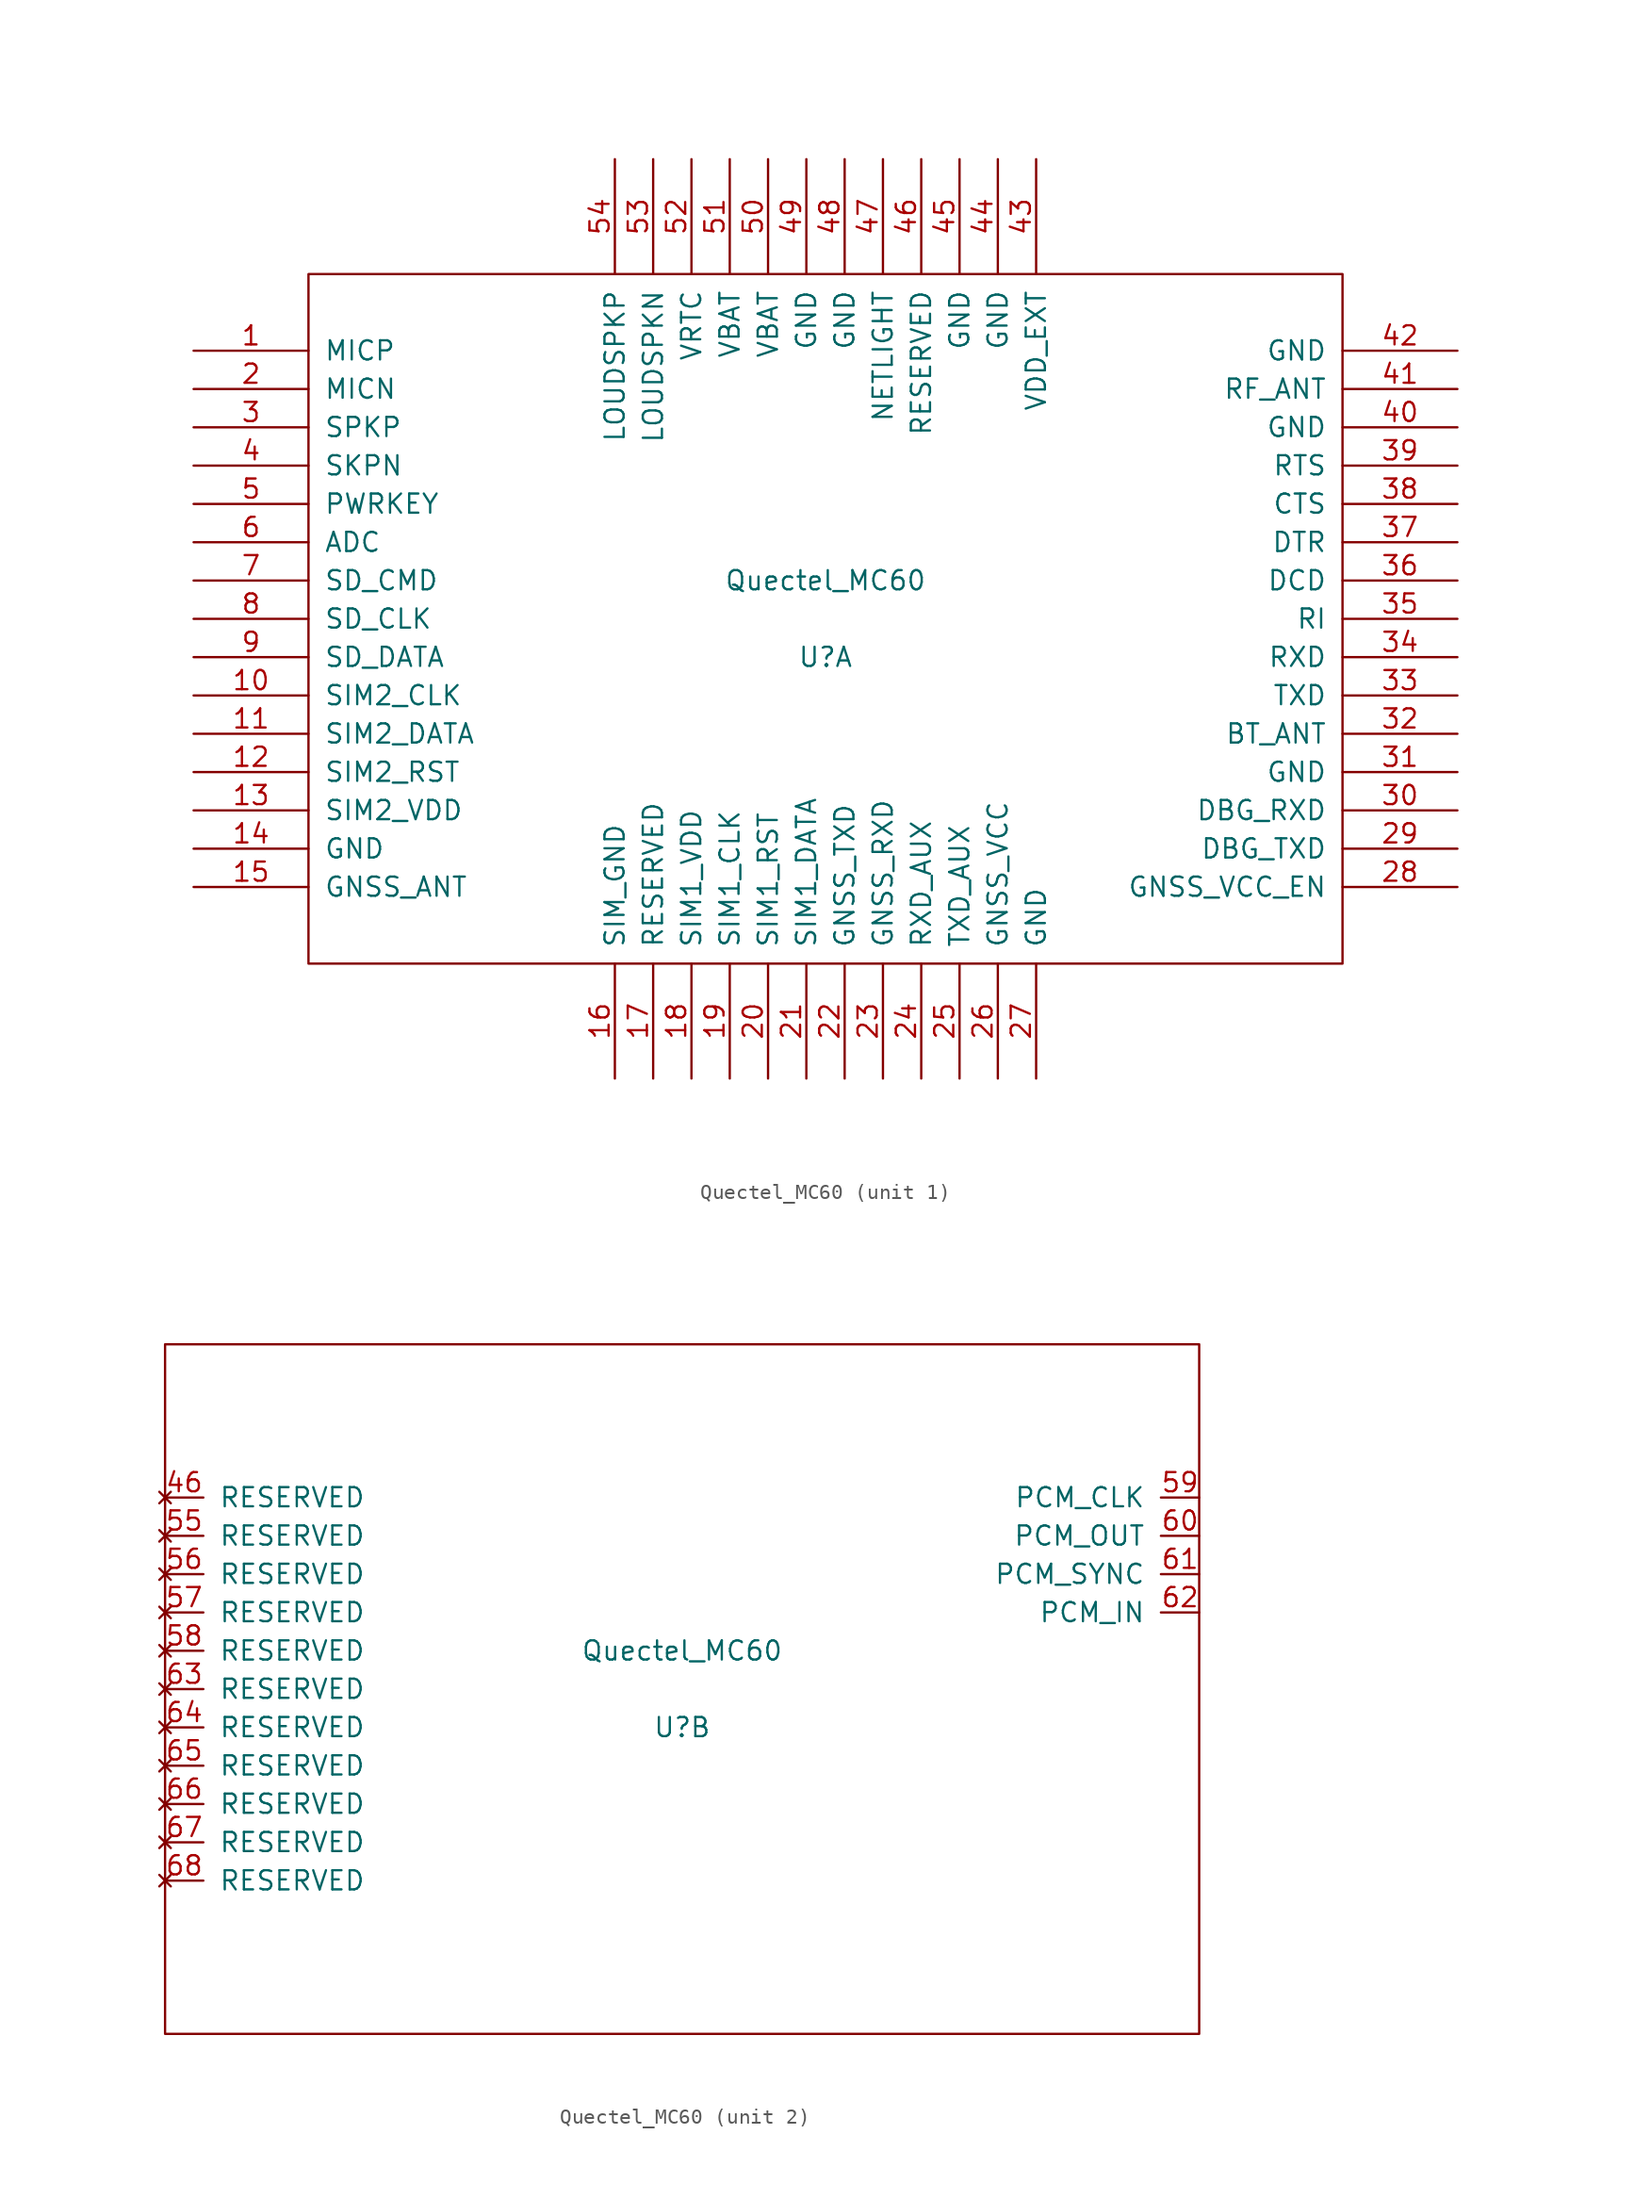
<source format=kicad_sym>
(kicad_symbol_lib
  (version 20211014)
  (generator kicad_symbol_editor)
  (symbol "Quectel_MC60"
    (pin_names
      (offset 1.016))
    (property "Reference" "U"
      (at 0 -2.54 0)
      (effects (font (size 1.27 1.27))))
    (property "Value" "Quectel_MC60"
      (at 0 2.54 0)
      (effects (font (size 1.27 1.27))))
    (symbol "Quectel_MC60_1_0"
      (rectangle (start -34.29 -22.86) (end 34.29 22.86) (stroke (width 0) (type default) (color 0 0 0 0)) (fill (type none))))
    (symbol "Quectel_MC60_1_1"
      (pin input line (at -41.91 17.78 0) (length 7.62) (name "MICP" (effects (font (size 1.27 1.27)))) (number "1" (effects (font (size 1.27 1.27)))))
      (pin input line (at -41.91 -5.08 0) (length 7.62) (name "SIM2_CLK" (effects (font (size 1.27 1.27)))) (number "10" (effects (font (size 1.27 1.27)))))
      (pin input line (at -41.91 -7.62 0) (length 7.62) (name "SIM2_DATA" (effects (font (size 1.27 1.27)))) (number "11" (effects (font (size 1.27 1.27)))))
      (pin input line (at -41.91 -10.16 0) (length 7.62) (name "SIM2_RST" (effects (font (size 1.27 1.27)))) (number "12" (effects (font (size 1.27 1.27)))))
      (pin input line (at -41.91 -12.7 0) (length 7.62) (name "SIM2_VDD" (effects (font (size 1.27 1.27)))) (number "13" (effects (font (size 1.27 1.27)))))
      (pin input line (at -41.91 -15.24 0) (length 7.62) (name "GND" (effects (font (size 1.27 1.27)))) (number "14" (effects (font (size 1.27 1.27)))))
      (pin input line (at -41.91 -17.78 0) (length 7.62) (name "GNSS_ANT" (effects (font (size 1.27 1.27)))) (number "15" (effects (font (size 1.27 1.27)))))
      (pin input line (at -13.97 -30.48 90) (length 7.62) (name "SIM_GND" (effects (font (size 1.27 1.27)))) (number "16" (effects (font (size 1.27 1.27)))))
      (pin input line (at -11.43 -30.48 90) (length 7.62) (name "RESERVED" (effects (font (size 1.27 1.27)))) (number "17" (effects (font (size 1.27 1.27)))))
      (pin input line (at -8.89 -30.48 90) (length 7.62) (name "SIM1_VDD" (effects (font (size 1.27 1.27)))) (number "18" (effects (font (size 1.27 1.27)))))
      (pin input line (at -6.35 -30.48 90) (length 7.62) (name "SIM1_CLK" (effects (font (size 1.27 1.27)))) (number "19" (effects (font (size 1.27 1.27)))))
      (pin input line (at -41.91 15.24 0) (length 7.62) (name "MICN" (effects (font (size 1.27 1.27)))) (number "2" (effects (font (size 1.27 1.27)))))
      (pin input line (at -3.81 -30.48 90) (length 7.62) (name "SIM1_RST" (effects (font (size 1.27 1.27)))) (number "20" (effects (font (size 1.27 1.27)))))
      (pin input line (at -1.27 -30.48 90) (length 7.62) (name "SIM1_DATA" (effects (font (size 1.27 1.27)))) (number "21" (effects (font (size 1.27 1.27)))))
      (pin input line (at 1.27 -30.48 90) (length 7.62) (name "GNSS_TXD" (effects (font (size 1.27 1.27)))) (number "22" (effects (font (size 1.27 1.27)))))
      (pin input line (at 3.81 -30.48 90) (length 7.62) (name "GNSS_RXD" (effects (font (size 1.27 1.27)))) (number "23" (effects (font (size 1.27 1.27)))))
      (pin input line (at 6.35 -30.48 90) (length 7.62) (name "RXD_AUX" (effects (font (size 1.27 1.27)))) (number "24" (effects (font (size 1.27 1.27)))))
      (pin input line (at 8.89 -30.48 90) (length 7.62) (name "TXD_AUX" (effects (font (size 1.27 1.27)))) (number "25" (effects (font (size 1.27 1.27)))))
      (pin input line (at 11.43 -30.48 90) (length 7.62) (name "GNSS_VCC" (effects (font (size 1.27 1.27)))) (number "26" (effects (font (size 1.27 1.27)))))
      (pin input line (at 13.97 -30.48 90) (length 7.62) (name "GND" (effects (font (size 1.27 1.27)))) (number "27" (effects (font (size 1.27 1.27)))))
      (pin input line (at 41.91 -17.78 180) (length 7.62) (name "GNSS_VCC_EN" (effects (font (size 1.27 1.27)))) (number "28" (effects (font (size 1.27 1.27)))))
      (pin input line (at 41.91 -15.24 180) (length 7.62) (name "DBG_TXD" (effects (font (size 1.27 1.27)))) (number "29" (effects (font (size 1.27 1.27)))))
      (pin input line (at -41.91 12.7 0) (length 7.62) (name "SPKP" (effects (font (size 1.27 1.27)))) (number "3" (effects (font (size 1.27 1.27)))))
      (pin input line (at 41.91 -12.7 180) (length 7.62) (name "DBG_RXD" (effects (font (size 1.27 1.27)))) (number "30" (effects (font (size 1.27 1.27)))))
      (pin input line (at 41.91 -10.16 180) (length 7.62) (name "GND" (effects (font (size 1.27 1.27)))) (number "31" (effects (font (size 1.27 1.27)))))
      (pin input line (at 41.91 -7.62 180) (length 7.62) (name "BT_ANT" (effects (font (size 1.27 1.27)))) (number "32" (effects (font (size 1.27 1.27)))))
      (pin input line (at 41.91 -5.08 180) (length 7.62) (name "TXD" (effects (font (size 1.27 1.27)))) (number "33" (effects (font (size 1.27 1.27)))))
      (pin input line (at 41.91 -2.54 180) (length 7.62) (name "RXD" (effects (font (size 1.27 1.27)))) (number "34" (effects (font (size 1.27 1.27)))))
      (pin input line (at 41.91 0 180) (length 7.62) (name "RI" (effects (font (size 1.27 1.27)))) (number "35" (effects (font (size 1.27 1.27)))))
      (pin input line (at 41.91 2.54 180) (length 7.62) (name "DCD" (effects (font (size 1.27 1.27)))) (number "36" (effects (font (size 1.27 1.27)))))
      (pin input line (at 41.91 5.08 180) (length 7.62) (name "DTR" (effects (font (size 1.27 1.27)))) (number "37" (effects (font (size 1.27 1.27)))))
      (pin input line (at 41.91 7.62 180) (length 7.62) (name "CTS" (effects (font (size 1.27 1.27)))) (number "38" (effects (font (size 1.27 1.27)))))
      (pin input line (at 41.91 10.16 180) (length 7.62) (name "RTS" (effects (font (size 1.27 1.27)))) (number "39" (effects (font (size 1.27 1.27)))))
      (pin input line (at -41.91 10.16 0) (length 7.62) (name "SKPN" (effects (font (size 1.27 1.27)))) (number "4" (effects (font (size 1.27 1.27)))))
      (pin input line (at 41.91 12.7 180) (length 7.62) (name "GND" (effects (font (size 1.27 1.27)))) (number "40" (effects (font (size 1.27 1.27)))))
      (pin input line (at 41.91 15.24 180) (length 7.62) (name "RF_ANT" (effects (font (size 1.27 1.27)))) (number "41" (effects (font (size 1.27 1.27)))))
      (pin input line (at 41.91 17.78 180) (length 7.62) (name "GND" (effects (font (size 1.27 1.27)))) (number "42" (effects (font (size 1.27 1.27)))))
      (pin input line (at 13.97 30.48 270) (length 7.62) (name "VDD_EXT" (effects (font (size 1.27 1.27)))) (number "43" (effects (font (size 1.27 1.27)))))
      (pin input line (at 11.43 30.48 270) (length 7.62) (name "GND" (effects (font (size 1.27 1.27)))) (number "44" (effects (font (size 1.27 1.27)))))
      (pin input line (at 8.89 30.48 270) (length 7.62) (name "GND" (effects (font (size 1.27 1.27)))) (number "45" (effects (font (size 1.27 1.27)))))
      (pin input line (at 6.35 30.48 270) (length 7.62) (name "RESERVED" (effects (font (size 1.27 1.27)))) (number "46" (effects (font (size 1.27 1.27)))))
      (pin input line (at 3.81 30.48 270) (length 7.62) (name "NETLIGHT" (effects (font (size 1.27 1.27)))) (number "47" (effects (font (size 1.27 1.27)))))
      (pin input line (at 1.27 30.48 270) (length 7.62) (name "GND" (effects (font (size 1.27 1.27)))) (number "48" (effects (font (size 1.27 1.27)))))
      (pin input line (at -1.27 30.48 270) (length 7.62) (name "GND" (effects (font (size 1.27 1.27)))) (number "49" (effects (font (size 1.27 1.27)))))
      (pin input line (at -41.91 7.62 0) (length 7.62) (name "PWRKEY" (effects (font (size 1.27 1.27)))) (number "5" (effects (font (size 1.27 1.27)))))
      (pin input line (at -3.81 30.48 270) (length 7.62) (name "VBAT" (effects (font (size 1.27 1.27)))) (number "50" (effects (font (size 1.27 1.27)))))
      (pin input line (at -6.35 30.48 270) (length 7.62) (name "VBAT" (effects (font (size 1.27 1.27)))) (number "51" (effects (font (size 1.27 1.27)))))
      (pin input line (at -8.89 30.48 270) (length 7.62) (name "VRTC" (effects (font (size 1.27 1.27)))) (number "52" (effects (font (size 1.27 1.27)))))
      (pin input line (at -11.43 30.48 270) (length 7.62) (name "LOUDSPKN" (effects (font (size 1.27 1.27)))) (number "53" (effects (font (size 1.27 1.27)))))
      (pin input line (at -13.97 30.48 270) (length 7.62) (name "LOUDSPKP" (effects (font (size 1.27 1.27)))) (number "54" (effects (font (size 1.27 1.27)))))
      (pin input line (at -41.91 5.08 0) (length 7.62) (name "ADC" (effects (font (size 1.27 1.27)))) (number "6" (effects (font (size 1.27 1.27)))))
      (pin input line (at -41.91 2.54 0) (length 7.62) (name "SD_CMD" (effects (font (size 1.27 1.27)))) (number "7" (effects (font (size 1.27 1.27)))))
      (pin input line (at -41.91 0 0) (length 7.62) (name "SD_CLK" (effects (font (size 1.27 1.27)))) (number "8" (effects (font (size 1.27 1.27)))))
      (pin input line (at -41.91 -2.54 0) (length 7.62) (name "SD_DATA" (effects (font (size 1.27 1.27)))) (number "9" (effects (font (size 1.27 1.27))))))
    (symbol "Quectel_MC60_2_0"
      (rectangle (start -34.29 -22.86) (end 34.29 22.86) (stroke (width 0) (type default) (color 0 0 0 0)) (fill (type none))))
    (symbol "Quectel_MC60_2_1"
      (pin no_connect line (at -34.29 12.7 0) (length 2.54) (name "RESERVED" (effects (font (size 1.27 1.27)))) (number "46" (effects (font (size 1.27 1.27)))))
      (pin no_connect line (at -34.29 10.16 0) (length 2.54) (name "RESERVED" (effects (font (size 1.27 1.27)))) (number "55" (effects (font (size 1.27 1.27)))))
      (pin no_connect line (at -34.29 7.62 0) (length 2.54) (name "RESERVED" (effects (font (size 1.27 1.27)))) (number "56" (effects (font (size 1.27 1.27)))))
      (pin no_connect line (at -34.29 5.08 0) (length 2.54) (name "RESERVED" (effects (font (size 1.27 1.27)))) (number "57" (effects (font (size 1.27 1.27)))))
      (pin no_connect line (at -34.29 2.54 0) (length 2.54) (name "RESERVED" (effects (font (size 1.27 1.27)))) (number "58" (effects (font (size 1.27 1.27)))))
      (pin output line (at 34.29 12.7 180) (length 2.54) (name "PCM_CLK" (effects (font (size 1.27 1.27)))) (number "59" (effects (font (size 1.27 1.27)))))
      (pin output line (at 34.29 10.16 180) (length 2.54) (name "PCM_OUT" (effects (font (size 1.27 1.27)))) (number "60" (effects (font (size 1.27 1.27)))))
      (pin output line (at 34.29 7.62 180) (length 2.54) (name "PCM_SYNC" (effects (font (size 1.27 1.27)))) (number "61" (effects (font (size 1.27 1.27)))))
      (pin input line (at 34.29 5.08 180) (length 2.54) (name "PCM_IN" (effects (font (size 1.27 1.27)))) (number "62" (effects (font (size 1.27 1.27)))))
      (pin no_connect line (at -34.29 0 0) (length 2.54) (name "RESERVED" (effects (font (size 1.27 1.27)))) (number "63" (effects (font (size 1.27 1.27)))))
      (pin no_connect line (at -34.29 -2.54 0) (length 2.54) (name "RESERVED" (effects (font (size 1.27 1.27)))) (number "64" (effects (font (size 1.27 1.27)))))
      (pin no_connect line (at -34.29 -5.08 0) (length 2.54) (name "RESERVED" (effects (font (size 1.27 1.27)))) (number "65" (effects (font (size 1.27 1.27)))))
      (pin no_connect line (at -34.29 -7.62 0) (length 2.54) (name "RESERVED" (effects (font (size 1.27 1.27)))) (number "66" (effects (font (size 1.27 1.27)))))
      (pin no_connect line (at -34.29 -10.16 0) (length 2.54) (name "RESERVED" (effects (font (size 1.27 1.27)))) (number "67" (effects (font (size 1.27 1.27)))))
      (pin no_connect line (at -34.29 -12.7 0) (length 2.54) (name "RESERVED" (effects (font (size 1.27 1.27)))) (number "68" (effects (font (size 1.27 1.27))))))))
</source>
